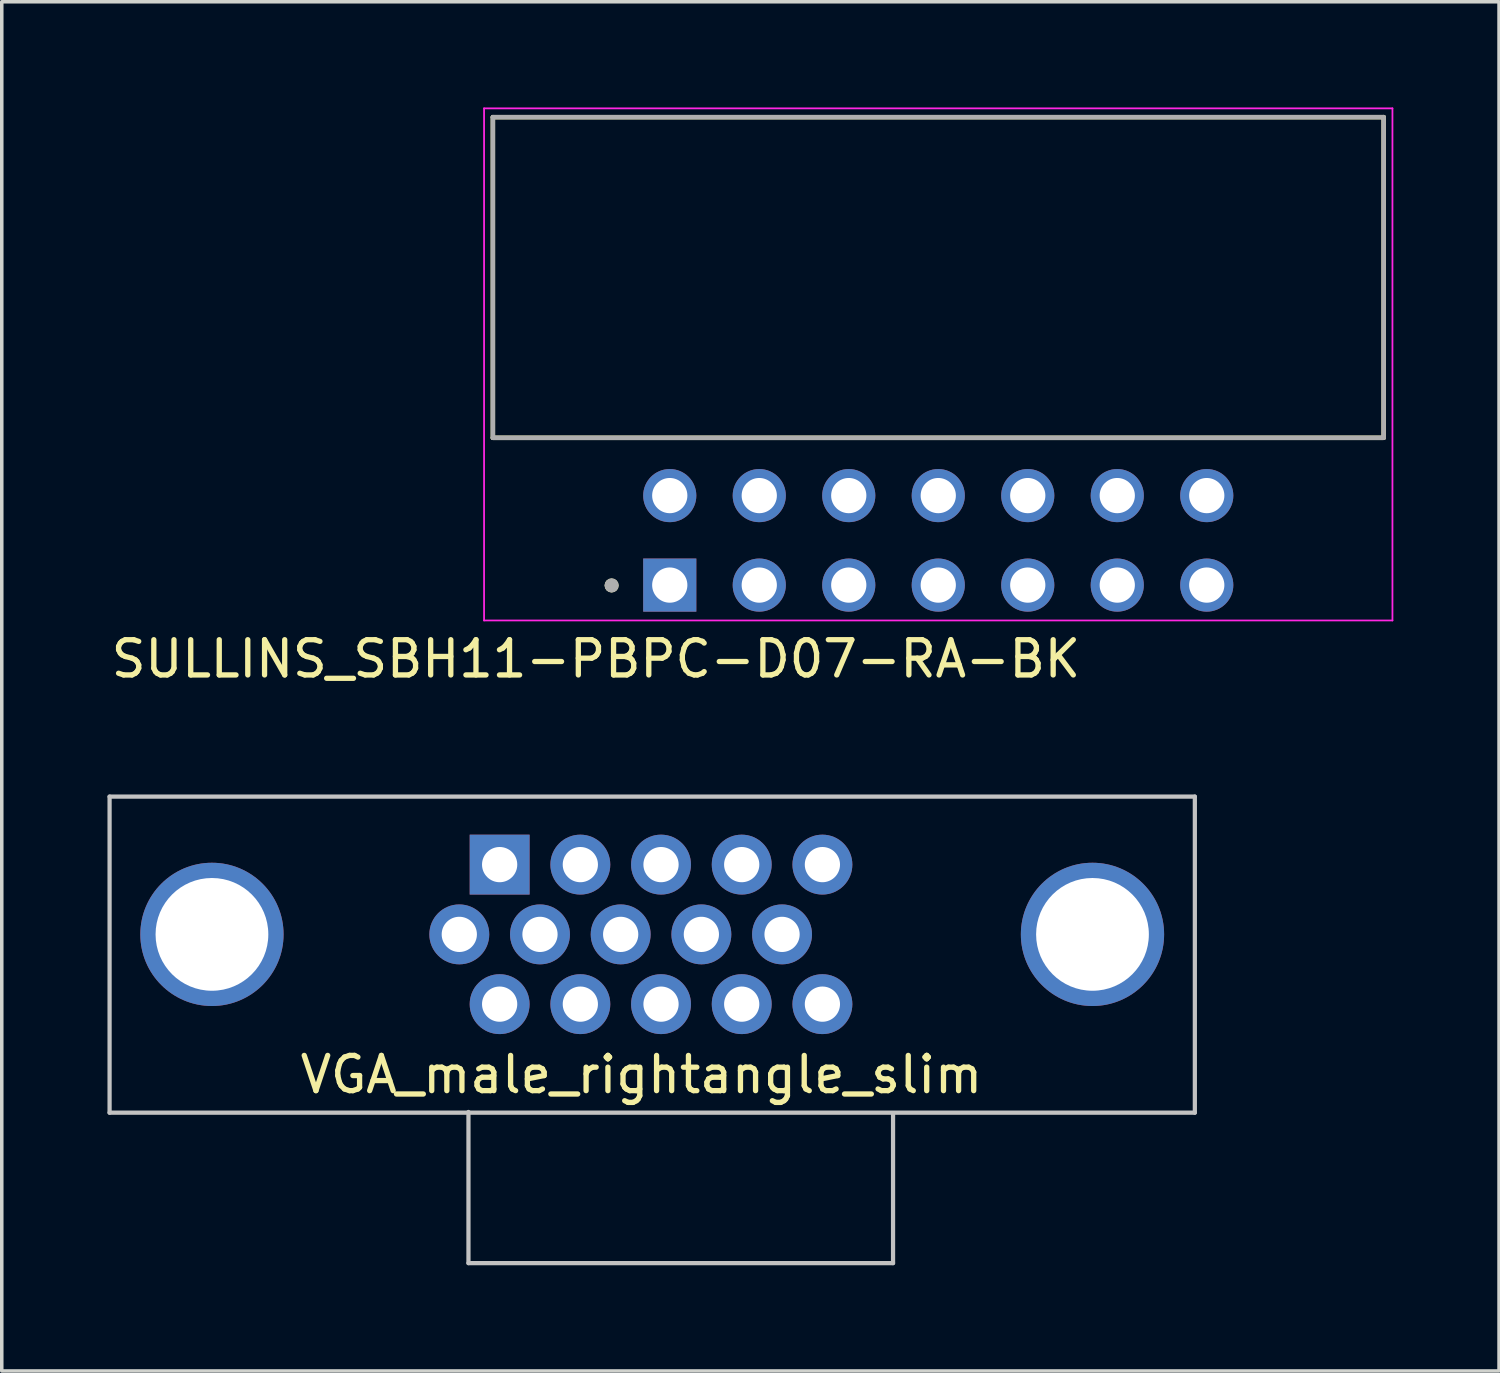
<source format=kicad_pcb>
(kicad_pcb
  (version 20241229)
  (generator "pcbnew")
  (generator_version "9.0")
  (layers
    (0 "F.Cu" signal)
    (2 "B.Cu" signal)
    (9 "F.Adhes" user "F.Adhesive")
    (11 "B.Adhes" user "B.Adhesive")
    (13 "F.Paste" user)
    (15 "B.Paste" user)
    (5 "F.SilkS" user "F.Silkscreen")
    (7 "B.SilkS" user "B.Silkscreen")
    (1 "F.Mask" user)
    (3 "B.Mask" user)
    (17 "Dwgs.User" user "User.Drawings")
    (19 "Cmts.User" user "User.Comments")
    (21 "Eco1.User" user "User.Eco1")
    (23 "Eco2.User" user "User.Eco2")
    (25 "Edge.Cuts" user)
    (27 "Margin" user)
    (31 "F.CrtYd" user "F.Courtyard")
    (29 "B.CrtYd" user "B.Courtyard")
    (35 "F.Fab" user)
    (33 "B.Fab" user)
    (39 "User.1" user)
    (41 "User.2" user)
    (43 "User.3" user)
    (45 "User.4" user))
  (footprint "SULLINS_SBH11-PBPC-D07-RA-BK"
    (layer "F.Cu")
    (at 23.578 12.285)
    (property "Reference" "SULLINS_SBH11-PBPC-D07-RA-BK" (at -9.715 3.365 0) (layer "F.SilkS") (effects (font (size 1 1) (thickness 0.15))))
    (attr through_hole)
    (fp_line (start -12.64 -12.01) (end 12.64 -12.01) (stroke (width 0.127) (type solid)) (layer "F.SilkS"))
    (fp_line (start -12.64 -2.91) (end -12.64 -12.01) (stroke (width 0.127) (type solid)) (layer "F.SilkS"))
    (fp_line (start 12.64 -12.01) (end 12.64 -2.91) (stroke (width 0.127) (type solid)) (layer "F.SilkS"))
    (fp_line (start 12.64 -2.91) (end -12.64 -2.91) (stroke (width 0.127) (type solid)) (layer "F.SilkS"))
    (fp_circle (center -9.27 1.28) (end -9.17 1.28) (stroke (width 0.2) (type solid)) (fill no) (layer "F.SilkS"))
    (fp_line (start -12.89 -12.26) (end -12.89 2.274) (stroke (width 0.05) (type solid)) (layer "F.CrtYd"))
    (fp_line (start -12.89 2.274) (end 12.89 2.274) (stroke (width 0.05) (type solid)) (layer "F.CrtYd"))
    (fp_line (start 12.89 -12.26) (end -12.89 -12.26) (stroke (width 0.05) (type solid)) (layer "F.CrtYd"))
    (fp_line (start 12.89 2.274) (end 12.89 -12.26) (stroke (width 0.05) (type solid)) (layer "F.CrtYd"))
    (fp_line (start -12.64 -12.01) (end 12.64 -12.01) (stroke (width 0.127) (type solid)) (layer "F.Fab"))
    (fp_line (start -12.64 -2.91) (end -12.64 -12.01) (stroke (width 0.127) (type solid)) (layer "F.Fab"))
    (fp_line (start 12.64 -12.01) (end 12.64 -2.91) (stroke (width 0.127) (type solid)) (layer "F.Fab"))
    (fp_line (start 12.64 -2.91) (end -12.64 -2.91) (stroke (width 0.127) (type solid)) (layer "F.Fab"))
    (fp_circle (center -9.27 1.28) (end -9.17 1.28) (stroke (width 0.2) (type solid)) (fill no) (layer "F.Fab"))
    (pad "1" thru_hole rect (at -7.62 1.27) (size 1.508 1.508) (drill 1) (layers "*.Cu" "*.Mask"))
    (pad "2" thru_hole circle (at -7.62 -1.27) (size 1.508 1.508) (drill 1) (layers "*.Cu" "*.Mask"))
    (pad "3" thru_hole circle (at -5.08 1.27) (size 1.508 1.508) (drill 1) (layers "*.Cu" "*.Mask"))
    (pad "4" thru_hole circle (at -5.08 -1.27) (size 1.508 1.508) (drill 1) (layers "*.Cu" "*.Mask"))
    (pad "5" thru_hole circle (at -2.54 1.27) (size 1.508 1.508) (drill 1) (layers "*.Cu" "*.Mask"))
    (pad "6" thru_hole circle (at -2.54 -1.27) (size 1.508 1.508) (drill 1) (layers "*.Cu" "*.Mask"))
    (pad "7" thru_hole circle (at 0 1.27) (size 1.508 1.508) (drill 1) (layers "*.Cu" "*.Mask"))
    (pad "8" thru_hole circle (at 0 -1.27) (size 1.508 1.508) (drill 1) (layers "*.Cu" "*.Mask"))
    (pad "9" thru_hole circle (at 2.54 1.27) (size 1.508 1.508) (drill 1) (layers "*.Cu" "*.Mask"))
    (pad "10" thru_hole circle (at 2.54 -1.27) (size 1.508 1.508) (drill 1) (layers "*.Cu" "*.Mask"))
    (pad "11" thru_hole circle (at 5.08 1.27) (size 1.508 1.508) (drill 1) (layers "*.Cu" "*.Mask"))
    (pad "12" thru_hole circle (at 5.08 -1.27) (size 1.508 1.508) (drill 1) (layers "*.Cu" "*.Mask"))
    (pad "13" thru_hole circle (at 7.62 1.27) (size 1.508 1.508) (drill 1) (layers "*.Cu" "*.Mask"))
    (pad "14" thru_hole circle (at 7.62 -1.27) (size 1.508 1.508) (drill 1) (layers "*.Cu" "*.Mask")))
  (footprint "VGA_male_rightangle_slim"
    (layer "F.Cu")
    (at 2.965 23.468)
    (property "Reference" "VGA_male_rightangle_slim" (at 12.19 3.98 0) (layer "F.SilkS") (effects (font (size 1 1) (thickness 0.15))))
    (attr through_hole)
    (fp_line (start -2.905 -3.91) (end -2.905 5.06) (stroke (width 0.12) (type solid)) (layer "Dwgs.User"))
    (fp_line (start -2.905 -3.91) (end 27.895 -3.91) (stroke (width 0.12) (type solid)) (layer "Dwgs.User"))
    (fp_line (start -2.905 5.06) (end 27.895 5.06) (stroke (width 0.12) (type solid)) (layer "Dwgs.User"))
    (fp_line (start 7.28 9.33) (end 7.28 5.04) (stroke (width 0.12) (type solid)) (layer "Dwgs.User"))
    (fp_line (start 19.33 5.08) (end 19.33 9.33) (stroke (width 0.12) (type solid)) (layer "Dwgs.User"))
    (fp_line (start 19.33 9.33) (end 7.28 9.33) (stroke (width 0.12) (type solid)) (layer "Dwgs.User"))
    (fp_line (start 27.895 -3.91) (end 27.895 5.06) (stroke (width 0.12) (type solid)) (layer "Dwgs.User"))
    (pad "1" thru_hole rect (at 8.165 -1.98 180) (size 1.7 1.7) (drill 1) (layers "*.Cu" "*.Mask"))
    (pad "2" thru_hole circle (at 10.455 -1.98 180) (size 1.7 1.7) (drill 1) (layers "*.Cu" "*.Mask"))
    (pad "3" thru_hole circle (at 12.745 -1.98 180) (size 1.7 1.7) (drill 1) (layers "*.Cu" "*.Mask"))
    (pad "4" thru_hole circle (at 15.035 -1.98 180) (size 1.7 1.7) (drill 1) (layers "*.Cu" "*.Mask"))
    (pad "5" thru_hole circle (at 17.325 -1.98 180) (size 1.7 1.7) (drill 1) (layers "*.Cu" "*.Mask"))
    (pad "6" thru_hole circle (at 7.02 0 180) (size 1.7 1.7) (drill 1) (layers "*.Cu" "*.Mask"))
    (pad "7" thru_hole circle (at 9.31 0 180) (size 1.7 1.7) (drill 1) (layers "*.Cu" "*.Mask"))
    (pad "8" thru_hole circle (at 11.6 0 180) (size 1.7 1.7) (drill 1) (layers "*.Cu" "*.Mask"))
    (pad "9" thru_hole circle (at 13.89 0 180) (size 1.7 1.7) (drill 1) (layers "*.Cu" "*.Mask"))
    (pad "10" thru_hole circle (at 16.18 0 180) (size 1.7 1.7) (drill 1) (layers "*.Cu" "*.Mask"))
    (pad "11" thru_hole circle (at 8.165 1.98 180) (size 1.7 1.7) (drill 1) (layers "*.Cu" "*.Mask"))
    (pad "12" thru_hole circle (at 10.455 1.98 180) (size 1.7 1.7) (drill 1) (layers "*.Cu" "*.Mask"))
    (pad "13" thru_hole circle (at 12.745 1.98 180) (size 1.7 1.7) (drill 1) (layers "*.Cu" "*.Mask"))
    (pad "14" thru_hole circle (at 15.035 1.98 180) (size 1.7 1.7) (drill 1) (layers "*.Cu" "*.Mask"))
    (pad "15" thru_hole circle (at 17.325 1.98 180) (size 1.7 1.7) (drill 1) (layers "*.Cu" "*.Mask"))
    (pad "S1" thru_hole circle (at 0 0) (size 4.066 4.066) (drill 3.2) (layers "*.Cu" "*.Mask"))
    (pad "S2" thru_hole circle (at 24.99 0) (size 4.066 4.066) (drill 3.2) (layers "*.Cu" "*.Mask")))
  (gr_rect
    (start -3 -3)
    (end 39.493 35.858)
    (stroke (width 0.1) (type default))
    (fill no)
    (layer "Edge.Cuts")))
</source>
